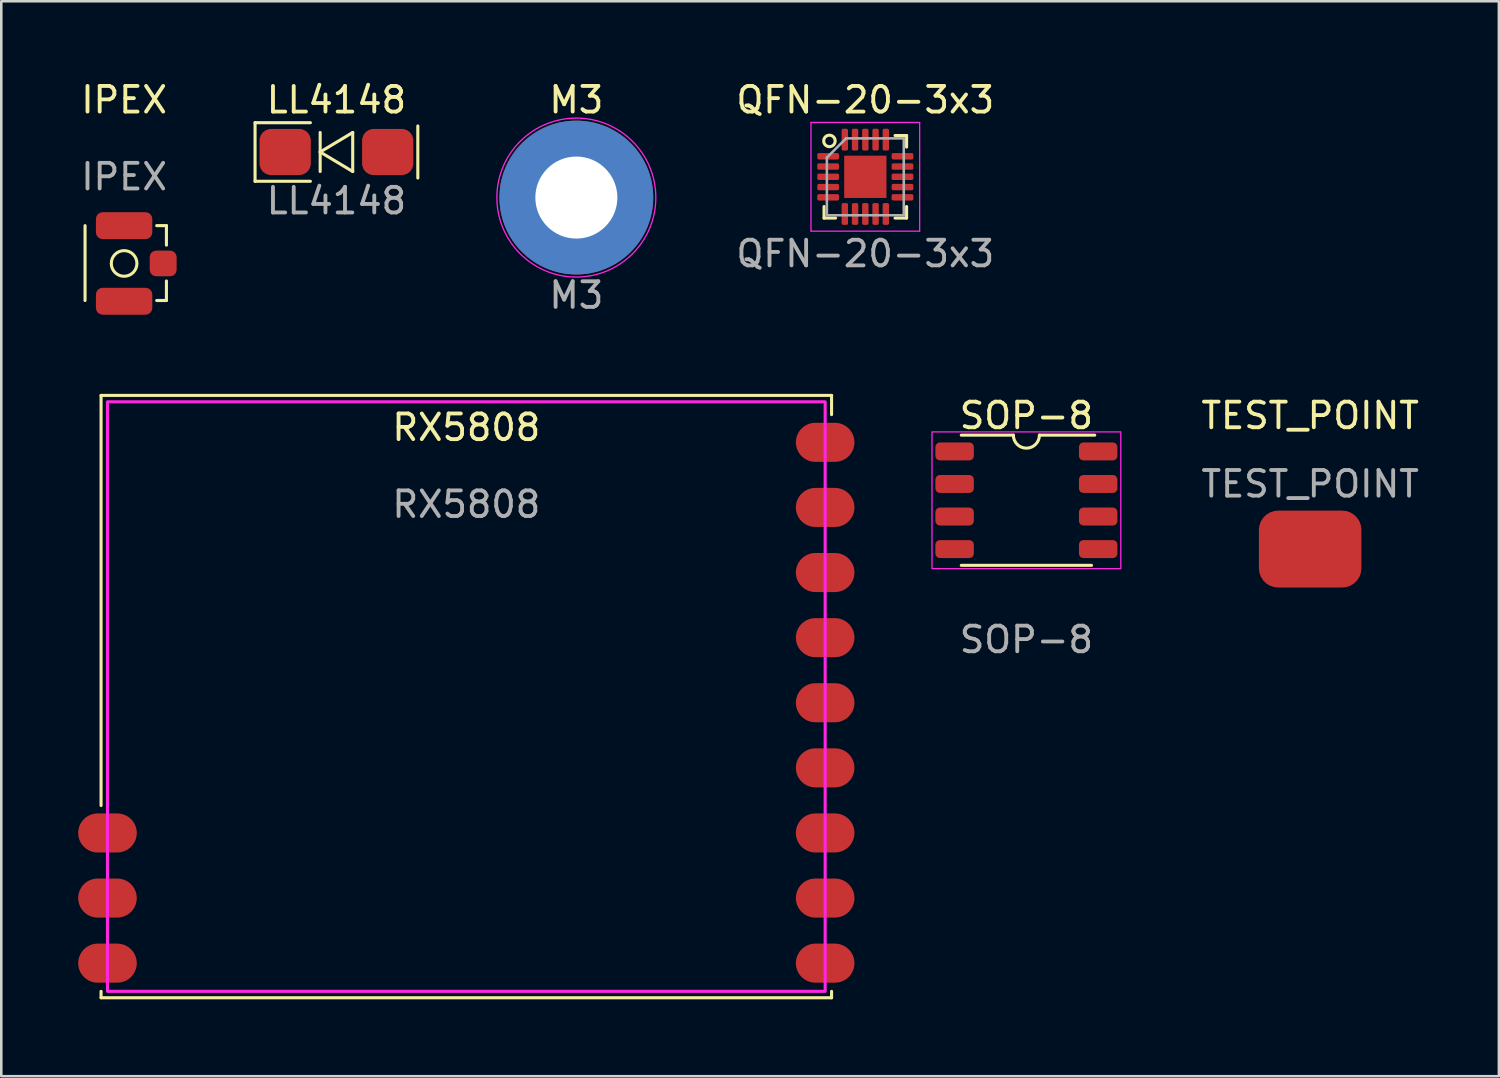
<source format=kicad_pcb>
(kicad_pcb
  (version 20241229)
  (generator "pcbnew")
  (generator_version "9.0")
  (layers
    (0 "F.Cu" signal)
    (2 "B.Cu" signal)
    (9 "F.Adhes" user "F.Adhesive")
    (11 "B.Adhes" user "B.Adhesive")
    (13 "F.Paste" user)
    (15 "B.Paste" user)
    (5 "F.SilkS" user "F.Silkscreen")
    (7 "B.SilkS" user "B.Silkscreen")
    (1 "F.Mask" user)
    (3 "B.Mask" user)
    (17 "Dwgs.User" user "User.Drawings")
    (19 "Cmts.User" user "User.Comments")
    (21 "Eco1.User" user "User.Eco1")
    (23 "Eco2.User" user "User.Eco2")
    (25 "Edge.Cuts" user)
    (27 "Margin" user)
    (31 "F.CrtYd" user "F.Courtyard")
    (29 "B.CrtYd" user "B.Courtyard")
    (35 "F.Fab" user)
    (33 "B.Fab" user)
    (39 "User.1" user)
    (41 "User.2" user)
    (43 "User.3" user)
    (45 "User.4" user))
  (footprint "RX5808"
    (layer "F.Cu")
    (at 15.143 24.127)
    (property "Reference" "RX5808" (at 0 -10.5 0) (unlocked yes) (layer "F.SilkS") (effects (font (size 1 1) (thickness 0.15))))
    (attr smd)
    (fp_line (start -14.25 -11.75) (end 14.25 -11.75) (stroke (width 0.12) (type default)) (layer "F.SilkS"))
    (fp_line (start -14.25 4.25) (end -14.25 -11.75) (stroke (width 0.12) (type default)) (layer "F.SilkS"))
    (fp_line (start -14.25 11.75) (end -14.25 11.5) (stroke (width 0.12) (type default)) (layer "F.SilkS"))
    (fp_line (start 14.25 -11.75) (end 14.25 -11) (stroke (width 0.12) (type default)) (layer "F.SilkS"))
    (fp_line (start 14.25 11.5) (end 14.25 11.75) (stroke (width 0.12) (type default)) (layer "F.SilkS"))
    (fp_line (start 14.25 11.75) (end -14.25 11.75) (stroke (width 0.12) (type default)) (layer "F.SilkS"))
    (fp_rect (start -14 -11.5) (end 14 11.5) (stroke (width 0.12) (type default)) (fill no) (layer "F.CrtYd"))
    (fp_text user "${REFERENCE}" (at 0 -7.5 0) (unlocked yes) (layer "F.Fab") (effects (font (size 1 1) (thickness 0.15))))
    (pad "1" smd oval (at -14 5.32) (size 2.286 1.524) (layers "F.Cu" "F.Mask" "F.Paste"))
    (pad "2" smd oval (at -14 7.86) (size 2.286 1.524) (layers "F.Cu" "F.Mask" "F.Paste"))
    (pad "3" smd oval (at -14 10.4) (size 2.286 1.524) (layers "F.Cu" "F.Mask" "F.Paste"))
    (pad "4" smd oval (at 14 10.4) (size 2.286 1.524) (layers "F.Cu" "F.Mask" "F.Paste"))
    (pad "5" smd oval (at 14 7.86) (size 2.286 1.524) (layers "F.Cu" "F.Mask" "F.Paste"))
    (pad "6" smd oval (at 14 5.32) (size 2.286 1.524) (layers "F.Cu" "F.Mask" "F.Paste"))
    (pad "7" smd oval (at 14 2.78) (size 2.286 1.524) (layers "F.Cu" "F.Mask" "F.Paste"))
    (pad "8" smd oval (at 14 0.24) (size 2.286 1.524) (layers "F.Cu" "F.Mask" "F.Paste"))
    (pad "9" smd oval (at 14 -2.3) (size 2.286 1.524) (layers "F.Cu" "F.Mask" "F.Paste"))
    (pad "10" smd oval (at 14 -4.84) (size 2.286 1.524) (layers "F.Cu" "F.Mask" "F.Paste"))
    (pad "11" smd oval (at 14 -7.38) (size 2.286 1.524) (layers "F.Cu" "F.Mask" "F.Paste"))
    (pad "12" smd oval (at 14 -9.92) (size 2.286 1.524) (layers "F.Cu" "F.Mask" "F.Paste")))
  (footprint "IPEX"
    (layer "F.Cu")
    (at 1.792 5.753)
    (property "Reference" "IPEX" (at 0 -4.905 0) (unlocked yes) (layer "F.SilkS") (effects (font (size 1 1) (thickness 0.15))))
    (attr smd)
    (fp_line (start -1.524 0) (end -1.524 2.921) (stroke (width 0.12) (type solid)) (layer "F.SilkS"))
    (fp_line (start 1.27 0) (end 1.651 0) (stroke (width 0.12) (type solid)) (layer "F.SilkS"))
    (fp_line (start 1.651 0) (end 1.651 0.762) (stroke (width 0.12) (type solid)) (layer "F.SilkS"))
    (fp_line (start 1.651 2.159) (end 1.651 2.921) (stroke (width 0.12) (type solid)) (layer "F.SilkS"))
    (fp_line (start 1.651 2.921) (end 1.27 2.921) (stroke (width 0.12) (type solid)) (layer "F.SilkS"))
    (fp_circle (center 0 1.475) (end 0.5 1.475) (stroke (width 0.12) (type solid)) (fill no) (layer "F.SilkS"))
    (fp_text user "${REFERENCE}" (at 0 -1.905 0) (unlocked yes) (layer "F.Fab") (effects (font (size 1 1) (thickness 0.15))))
    (pad "1" smd roundrect (at 1.524 1.475) (size 1.05 1) (layers "F.Cu" "F.Mask" "F.Paste") (roundrect_rratio 0.25))
    (pad "2" smd roundrect (at 0 0) (size 2.2 1.05) (layers "F.Cu" "F.Mask" "F.Paste") (roundrect_rratio 0.25))
    (pad "2" smd roundrect (at 0 2.95) (size 2.2 1.05) (layers "F.Cu" "F.Mask" "F.Paste") (roundrect_rratio 0.25)))
  (footprint "TEST_POINT"
    (layer "F.Cu")
    (at 48.065 18.372)
    (property "Reference" "TEST_POINT" (at 0 -5.207 0) (unlocked yes) (layer "F.SilkS") (effects (font (size 1 1) (thickness 0.15))))
    (attr smd)
    (fp_text user "${REFERENCE}" (at 0 -2.54 0) (unlocked yes) (layer "F.Fab") (effects (font (size 1 1) (thickness 0.15))))
    (pad "1" smd roundrect (at 0 0) (size 4 3) (layers "F.Cu" "F.Mask" "F.Paste") (roundrect_rratio 0.25)))
  (footprint "LL4148"
    (layer "F.Cu")
    (at 10.076 2.88)
    (property "Reference" "LL4148" (at 0 -2.032 0) (unlocked yes) (layer "F.SilkS") (effects (font (size 1 1) (thickness 0.15))))
    (attr smd)
    (fp_line (start -3.175 -1.143) (end -3.175 1.143) (stroke (width 0.12) (type solid)) (layer "F.SilkS"))
    (fp_line (start -3.175 -1.143) (end -1.016 -1.143) (stroke (width 0.12) (type solid)) (layer "F.SilkS"))
    (fp_line (start -3.175 1.143) (end -1.016 1.143) (stroke (width 0.12) (type solid)) (layer "F.SilkS"))
    (fp_line (start -0.635 -0.762) (end -0.635 0.762) (stroke (width 0.12) (type solid)) (layer "F.SilkS"))
    (fp_line (start -0.635 0) (end 0.635 0.762) (stroke (width 0.12) (type solid)) (layer "F.SilkS"))
    (fp_line (start 0.635 -0.762) (end -0.635 0) (stroke (width 0.12) (type solid)) (layer "F.SilkS"))
    (fp_line (start 0.635 0.762) (end 0.635 -0.762) (stroke (width 0.12) (type solid)) (layer "F.SilkS"))
    (fp_line (start 3.175 -1.016) (end 3.175 1.016) (stroke (width 0.12) (type solid)) (layer "F.SilkS"))
    (fp_text user "${REFERENCE}" (at 0 1.905 0) (unlocked yes) (layer "F.Fab") (effects (font (size 1 1) (thickness 0.15))))
    (pad "1" smd roundrect (at -2 0) (size 2 1.8) (layers "F.Cu" "F.Mask" "F.Paste") (roundrect_rratio 0.25))
    (pad "2" smd roundrect (at 2 0) (size 2 1.8) (layers "F.Cu" "F.Mask" "F.Paste") (roundrect_rratio 0.25)))
  (footprint "QFN-20-3x3"
    (layer "F.Cu")
    (at 30.71 3.848)
    (property "Reference" "QFN-20-3x3" (at 0 -3 0) (unlocked yes) (layer "F.SilkS") (effects (font (size 1 1) (thickness 0.15))))
    (attr smd)
    (fp_line (start -1.61 1.61) (end -1.61 1.16) (stroke (width 0.12) (type solid)) (layer "F.SilkS"))
    (fp_line (start -1.16 1.61) (end -1.61 1.61) (stroke (width 0.12) (type solid)) (layer "F.SilkS"))
    (fp_line (start 1.16 -1.61) (end 1.61 -1.61) (stroke (width 0.12) (type solid)) (layer "F.SilkS"))
    (fp_line (start 1.16 1.61) (end 1.61 1.61) (stroke (width 0.12) (type solid)) (layer "F.SilkS"))
    (fp_line (start 1.61 -1.61) (end 1.61 -1.16) (stroke (width 0.12) (type solid)) (layer "F.SilkS"))
    (fp_line (start 1.61 1.61) (end 1.61 1.16) (stroke (width 0.12) (type solid)) (layer "F.SilkS"))
    (fp_circle (center -1.4 -1.4) (end -1.2 -1.3) (stroke (width 0.12) (type solid)) (fill no) (layer "F.SilkS"))
    (fp_line (start -2.12 -2.12) (end -2.12 2.12) (stroke (width 0.05) (type solid)) (layer "F.CrtYd"))
    (fp_line (start -2.12 2.12) (end 2.12 2.12) (stroke (width 0.05) (type solid)) (layer "F.CrtYd"))
    (fp_line (start 2.12 -2.12) (end -2.12 -2.12) (stroke (width 0.05) (type solid)) (layer "F.CrtYd"))
    (fp_line (start 2.12 2.12) (end 2.12 -2.12) (stroke (width 0.05) (type solid)) (layer "F.CrtYd"))
    (fp_line (start -1.5 -0.75) (end -0.75 -1.5) (stroke (width 0.1) (type solid)) (layer "F.Fab"))
    (fp_line (start -1.5 1.5) (end -1.5 -0.75) (stroke (width 0.1) (type solid)) (layer "F.Fab"))
    (fp_line (start -0.75 -1.5) (end 1.5 -1.5) (stroke (width 0.1) (type solid)) (layer "F.Fab"))
    (fp_line (start 1.5 -1.5) (end 1.5 1.5) (stroke (width 0.1) (type solid)) (layer "F.Fab"))
    (fp_line (start 1.5 1.5) (end -1.5 1.5) (stroke (width 0.1) (type solid)) (layer "F.Fab"))
    (fp_text user "${REFERENCE}" (at 0 3 0) (unlocked yes) (layer "F.Fab") (effects (font (size 1 1) (thickness 0.15))))
    (pad "" smd roundrect (at -0.41 -0.41) (size 0.67 0.67) (layers "F.Paste") (roundrect_rratio 0.25))
    (pad "" smd roundrect (at -0.41 0.41) (size 0.67 0.67) (layers "F.Paste") (roundrect_rratio 0.25))
    (pad "" smd roundrect (at 0.41 -0.41) (size 0.67 0.67) (layers "F.Paste") (roundrect_rratio 0.25))
    (pad "" smd roundrect (at 0.41 0.41) (size 0.67 0.67) (layers "F.Paste") (roundrect_rratio 0.25))
    (pad "1" smd roundrect (at -1.45 -0.8) (size 0.85 0.25) (layers "F.Cu" "F.Mask" "F.Paste") (roundrect_rratio 0.25))
    (pad "2" smd roundrect (at -1.45 -0.4) (size 0.85 0.25) (layers "F.Cu" "F.Mask" "F.Paste") (roundrect_rratio 0.25))
    (pad "3" smd roundrect (at -1.45 0) (size 0.85 0.25) (layers "F.Cu" "F.Mask" "F.Paste") (roundrect_rratio 0.25))
    (pad "4" smd roundrect (at -1.45 0.4) (size 0.85 0.25) (layers "F.Cu" "F.Mask" "F.Paste") (roundrect_rratio 0.25))
    (pad "5" smd roundrect (at -1.45 0.8) (size 0.85 0.25) (layers "F.Cu" "F.Mask" "F.Paste") (roundrect_rratio 0.25))
    (pad "6" smd roundrect (at -0.8 1.45) (size 0.25 0.85) (layers "F.Cu" "F.Mask" "F.Paste") (roundrect_rratio 0.25))
    (pad "7" smd roundrect (at -0.4 1.45) (size 0.25 0.85) (layers "F.Cu" "F.Mask" "F.Paste") (roundrect_rratio 0.25))
    (pad "8" smd roundrect (at 0 1.45) (size 0.25 0.85) (layers "F.Cu" "F.Mask" "F.Paste") (roundrect_rratio 0.25))
    (pad "9" smd roundrect (at 0.4 1.45) (size 0.25 0.85) (layers "F.Cu" "F.Mask" "F.Paste") (roundrect_rratio 0.25))
    (pad "10" smd roundrect (at 0.8 1.45) (size 0.25 0.85) (layers "F.Cu" "F.Mask" "F.Paste") (roundrect_rratio 0.25))
    (pad "11" smd roundrect (at 1.45 0.8) (size 0.85 0.25) (layers "F.Cu" "F.Mask" "F.Paste") (roundrect_rratio 0.25))
    (pad "12" smd roundrect (at 1.45 0.4) (size 0.85 0.25) (layers "F.Cu" "F.Mask" "F.Paste") (roundrect_rratio 0.25))
    (pad "13" smd roundrect (at 1.45 0) (size 0.85 0.25) (layers "F.Cu" "F.Mask" "F.Paste") (roundrect_rratio 0.25))
    (pad "14" smd roundrect (at 1.45 -0.4) (size 0.85 0.25) (layers "F.Cu" "F.Mask" "F.Paste") (roundrect_rratio 0.25))
    (pad "15" smd roundrect (at 1.45 -0.8) (size 0.85 0.25) (layers "F.Cu" "F.Mask" "F.Paste") (roundrect_rratio 0.25))
    (pad "16" smd roundrect (at 0.8 -1.45) (size 0.25 0.85) (layers "F.Cu" "F.Mask" "F.Paste") (roundrect_rratio 0.25))
    (pad "17" smd roundrect (at 0.4 -1.45) (size 0.25 0.85) (layers "F.Cu" "F.Mask" "F.Paste") (roundrect_rratio 0.25))
    (pad "18" smd roundrect (at 0 -1.45) (size 0.25 0.85) (layers "F.Cu" "F.Mask" "F.Paste") (roundrect_rratio 0.25))
    (pad "19" smd roundrect (at -0.4 -1.45) (size 0.25 0.85) (layers "F.Cu" "F.Mask" "F.Paste") (roundrect_rratio 0.25))
    (pad "20" smd roundrect (at -0.8 -1.45) (size 0.25 0.85) (layers "F.Cu" "F.Mask" "F.Paste") (roundrect_rratio 0.25))
    (pad "21" smd rect (at 0 0) (size 1.65 1.65) (layers "F.Cu" "F.Mask")))
  (footprint "M3"
    (layer "F.Cu")
    (at 19.436 4.658)
    (property "Reference" "M3" (at 0 -3.81 0) (unlocked yes) (layer "F.SilkS") (effects (font (size 1 1) (thickness 0.15))))
    (attr through_hole)
    (fp_circle (center 0 0) (end 2.54 1.778) (stroke (width 0.05) (type solid)) (fill no) (layer "F.CrtYd"))
    (fp_text user "${REFERENCE}" (at 0 3.81 0) (unlocked yes) (layer "F.Fab") (effects (font (size 1 1) (thickness 0.15))))
    (pad "1" thru_hole circle (at 0 0) (size 6 6) (drill 3.2) (layers "*.Cu" "*.Mask")))
  (footprint "SOP-8"
    (layer "F.Cu")
    (at 36.994 16.467)
    (property "Reference" "SOP-8" (at 0 -3.302 0) (unlocked yes) (layer "F.SilkS") (effects (font (size 1 1) (thickness 0.15))))
    (attr smd)
    (fp_line (start -2.54 -2.54) (end -0.508 -2.54) (stroke (width 0.12) (type solid)) (layer "F.SilkS"))
    (fp_line (start -2.54 2.54) (end 2.54 2.54) (stroke (width 0.12) (type solid)) (layer "F.SilkS"))
    (fp_line (start 0.508 -2.54) (end 2.667 -2.54) (stroke (width 0.12) (type solid)) (layer "F.SilkS"))
    (fp_arc (start 0.508 -2.54) (mid 0 -2.032) (end -0.508 -2.54) (stroke (width 0.12) (type solid)) (layer "F.SilkS"))
    (fp_rect (start -3.683 -2.667) (end 3.683 2.667) (stroke (width 0.05) (type solid)) (fill no) (layer "F.CrtYd"))
    (fp_text user "${REFERENCE}" (at 0 5.437 0) (unlocked yes) (layer "F.Fab") (effects (font (size 1 1) (thickness 0.15))))
    (pad "1" smd roundrect (at -2.8 -1.905) (size 1.5 0.7) (layers "F.Cu" "F.Mask" "F.Paste") (roundrect_rratio 0.25))
    (pad "2" smd roundrect (at -2.8 -0.635) (size 1.5 0.7) (layers "F.Cu" "F.Mask" "F.Paste") (roundrect_rratio 0.25))
    (pad "3" smd roundrect (at -2.8 0.635) (size 1.5 0.7) (layers "F.Cu" "F.Mask" "F.Paste") (roundrect_rratio 0.25))
    (pad "4" smd roundrect (at -2.8 1.905) (size 1.5 0.7) (layers "F.Cu" "F.Mask" "F.Paste") (roundrect_rratio 0.25))
    (pad "5" smd roundrect (at 2.8 1.905) (size 1.5 0.7) (layers "F.Cu" "F.Mask" "F.Paste") (roundrect_rratio 0.25))
    (pad "6" smd roundrect (at 2.8 0.635) (size 1.5 0.7) (layers "F.Cu" "F.Mask" "F.Paste") (roundrect_rratio 0.25))
    (pad "7" smd roundrect (at 2.8 -0.635) (size 1.5 0.7) (layers "F.Cu" "F.Mask" "F.Paste") (roundrect_rratio 0.25))
    (pad "8" smd roundrect (at 2.8 -1.905) (size 1.5 0.7) (layers "F.Cu" "F.Mask" "F.Paste") (roundrect_rratio 0.25)))
  (gr_rect
    (start -3 -3)
    (end 55.428 38.937)
    (stroke (width 0.1) (type default))
    (fill no)
    (layer "Edge.Cuts")))
</source>
